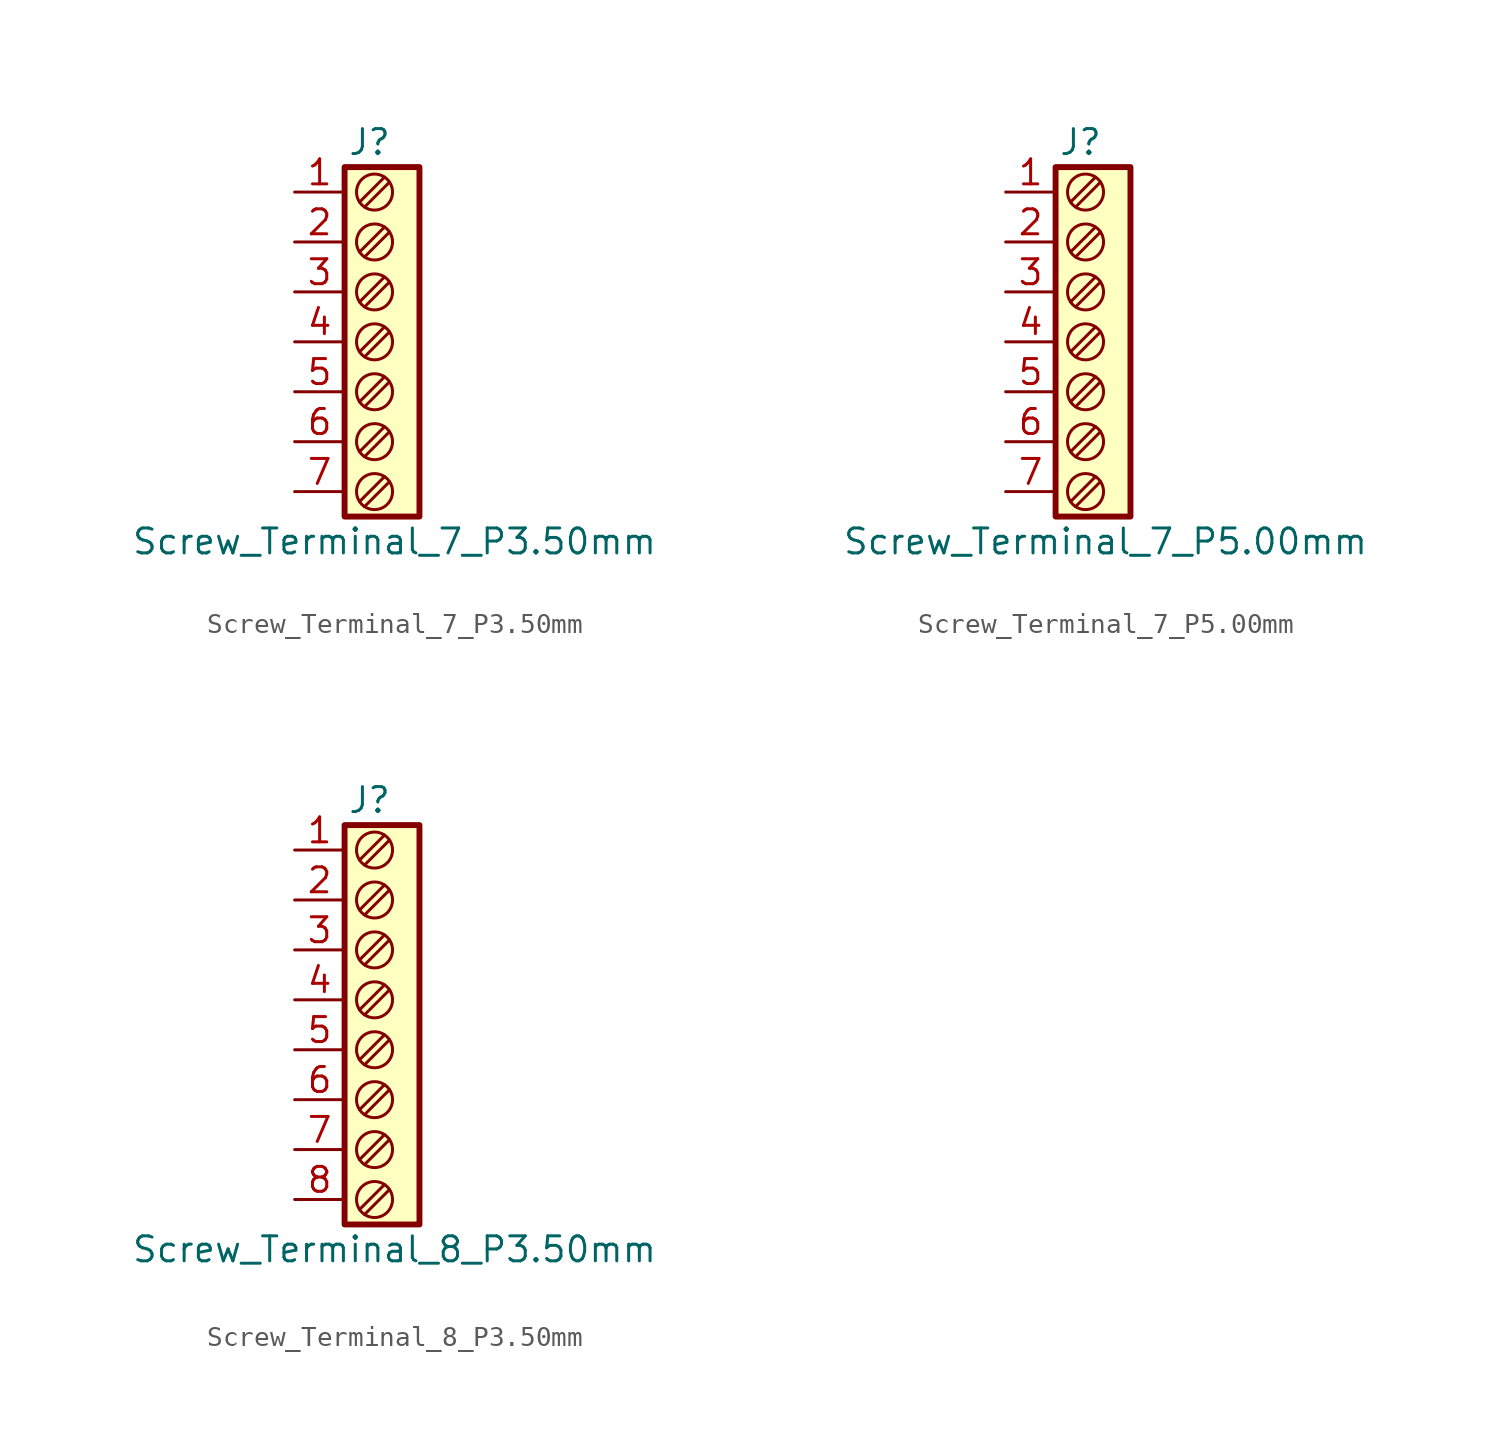
<source format=kicad_sym>
(kicad_symbol_lib
  (version 20211014)
  (generator kicad_symbol_editor)
  (symbol "Screw_Terminal_7_P3.50mm"
    (property "Reference" "J"
      (at 0 10.16 0)
      (effects (font (size 1.27 1.27))))
    (property "Value" "Screw_Terminal_7_P3.50mm"
      (at 1.27 -10.16 0)
      (effects (font (size 1.27 1.27))))
    (symbol "Screw_Terminal_7_P3.50mm_0_1"
      (rectangle (start -1.27 8.89) (end 2.54 -8.89) (stroke (width 0.3) (type default) (color 0 0 0 0)) (fill (type background)))
      (polyline (pts (xy -0.254 -8.382) (xy 1.016 -7.112)) (stroke (width 0) (type default) (color 0 0 0 0)) (fill (type none)))
      (polyline (pts (xy -0.254 -5.842) (xy 1.016 -4.572)) (stroke (width 0) (type default) (color 0 0 0 0)) (fill (type none)))
      (polyline (pts (xy -0.254 -3.302) (xy 1.016 -2.032)) (stroke (width 0) (type default) (color 0 0 0 0)) (fill (type none)))
      (polyline (pts (xy -0.254 -0.762) (xy 1.016 0.508)) (stroke (width 0) (type default) (color 0 0 0 0)) (fill (type none)))
      (polyline (pts (xy -0.254 1.778) (xy 1.016 3.048)) (stroke (width 0) (type default) (color 0 0 0 0)) (fill (type none)))
      (polyline (pts (xy -0.254 4.318) (xy 1.016 5.588)) (stroke (width 0) (type default) (color 0 0 0 0)) (fill (type none)))
      (polyline (pts (xy -0.254 6.858) (xy 1.016 8.128)) (stroke (width 0) (type default) (color 0 0 0 0)) (fill (type none)))
      (polyline (pts (xy 0 -7.62) (xy -0.508 -8.128) (xy 0.762 -6.858)) (stroke (width 0) (type default) (color 0 0 0 0)) (fill (type none)))
      (polyline (pts (xy 0 -5.08) (xy -0.508 -5.588) (xy 0.762 -4.318)) (stroke (width 0) (type default) (color 0 0 0 0)) (fill (type none)))
      (polyline (pts (xy 0 -2.54) (xy -0.508 -3.048) (xy 0.762 -1.778)) (stroke (width 0) (type default) (color 0 0 0 0)) (fill (type none)))
      (polyline (pts (xy 0 0) (xy -0.508 -0.508) (xy 0.762 0.762)) (stroke (width 0) (type default) (color 0 0 0 0)) (fill (type none)))
      (polyline (pts (xy 0 2.54) (xy -0.508 2.032) (xy 0.762 3.302)) (stroke (width 0) (type default) (color 0 0 0 0)) (fill (type none)))
      (polyline (pts (xy 0 5.08) (xy -0.508 4.572) (xy 0.762 5.842)) (stroke (width 0) (type default) (color 0 0 0 0)) (fill (type none)))
      (polyline (pts (xy 0 7.62) (xy -0.508 7.112) (xy 0.762 8.382)) (stroke (width 0) (type default) (color 0 0 0 0)) (fill (type none)))
      (circle (center 0.254 -7.62) (radius 0.916) (stroke (width 0) (type default) (color 0 0 0 0)) (fill (type none)))
      (circle (center 0.254 -5.08) (radius 0.916) (stroke (width 0) (type default) (color 0 0 0 0)) (fill (type none)))
      (circle (center 0.254 -2.54) (radius 0.916) (stroke (width 0) (type default) (color 0 0 0 0)) (fill (type none)))
      (circle (center 0.254 0) (radius 0.916) (stroke (width 0) (type default) (color 0 0 0 0)) (fill (type none)))
      (circle (center 0.254 2.54) (radius 0.916) (stroke (width 0) (type default) (color 0 0 0 0)) (fill (type none)))
      (circle (center 0.254 5.08) (radius 0.916) (stroke (width 0) (type default) (color 0 0 0 0)) (fill (type none)))
      (circle (center 0.254 7.62) (radius 0.916) (stroke (width 0) (type default) (color 0 0 0 0)) (fill (type none))))
    (symbol "Screw_Terminal_7_P3.50mm_1_1"
      (pin passive line (at -3.81 7.62 0) (length 2.54) (name "" (effects (font (size 1.27 1.27)))) (number "1" (effects (font (size 1.27 1.27)))))
      (pin passive line (at -3.81 5.08 0) (length 2.54) (name "" (effects (font (size 1.27 1.27)))) (number "2" (effects (font (size 1.27 1.27)))))
      (pin passive line (at -3.81 2.54 0) (length 2.54) (name "" (effects (font (size 1.27 1.27)))) (number "3" (effects (font (size 1.27 1.27)))))
      (pin passive line (at -3.81 0 0) (length 2.54) (name "" (effects (font (size 1.27 1.27)))) (number "4" (effects (font (size 1.27 1.27)))))
      (pin passive line (at -3.81 -2.54 0) (length 2.54) (name "" (effects (font (size 1.27 1.27)))) (number "5" (effects (font (size 1.27 1.27)))))
      (pin passive line (at -3.81 -5.08 0) (length 2.54) (name "" (effects (font (size 1.27 1.27)))) (number "6" (effects (font (size 1.27 1.27)))))
      (pin passive line (at -3.81 -7.62 0) (length 2.54) (name "" (effects (font (size 1.27 1.27)))) (number "7" (effects (font (size 1.27 1.27)))))))
  (symbol "Screw_Terminal_7_P5.00mm"
    (property "Reference" "J"
      (at 0 10.16 0)
      (effects (font (size 1.27 1.27))))
    (property "Value" "Screw_Terminal_7_P5.00mm"
      (at 1.27 -10.16 0)
      (effects (font (size 1.27 1.27))))
    (symbol "Screw_Terminal_7_P5.00mm_0_1"
      (rectangle (start -1.27 8.89) (end 2.54 -8.89) (stroke (width 0.3) (type default) (color 0 0 0 0)) (fill (type background)))
      (polyline (pts (xy -0.254 -8.382) (xy 1.016 -7.112)) (stroke (width 0) (type default) (color 0 0 0 0)) (fill (type none)))
      (polyline (pts (xy -0.254 -5.842) (xy 1.016 -4.572)) (stroke (width 0) (type default) (color 0 0 0 0)) (fill (type none)))
      (polyline (pts (xy -0.254 -3.302) (xy 1.016 -2.032)) (stroke (width 0) (type default) (color 0 0 0 0)) (fill (type none)))
      (polyline (pts (xy -0.254 -0.762) (xy 1.016 0.508)) (stroke (width 0) (type default) (color 0 0 0 0)) (fill (type none)))
      (polyline (pts (xy -0.254 1.778) (xy 1.016 3.048)) (stroke (width 0) (type default) (color 0 0 0 0)) (fill (type none)))
      (polyline (pts (xy -0.254 4.318) (xy 1.016 5.588)) (stroke (width 0) (type default) (color 0 0 0 0)) (fill (type none)))
      (polyline (pts (xy -0.254 6.858) (xy 1.016 8.128)) (stroke (width 0) (type default) (color 0 0 0 0)) (fill (type none)))
      (polyline (pts (xy 0 -7.62) (xy -0.508 -8.128) (xy 0.762 -6.858)) (stroke (width 0) (type default) (color 0 0 0 0)) (fill (type none)))
      (polyline (pts (xy 0 -5.08) (xy -0.508 -5.588) (xy 0.762 -4.318)) (stroke (width 0) (type default) (color 0 0 0 0)) (fill (type none)))
      (polyline (pts (xy 0 -2.54) (xy -0.508 -3.048) (xy 0.762 -1.778)) (stroke (width 0) (type default) (color 0 0 0 0)) (fill (type none)))
      (polyline (pts (xy 0 0) (xy -0.508 -0.508) (xy 0.762 0.762)) (stroke (width 0) (type default) (color 0 0 0 0)) (fill (type none)))
      (polyline (pts (xy 0 2.54) (xy -0.508 2.032) (xy 0.762 3.302)) (stroke (width 0) (type default) (color 0 0 0 0)) (fill (type none)))
      (polyline (pts (xy 0 5.08) (xy -0.508 4.572) (xy 0.762 5.842)) (stroke (width 0) (type default) (color 0 0 0 0)) (fill (type none)))
      (polyline (pts (xy 0 7.62) (xy -0.508 7.112) (xy 0.762 8.382)) (stroke (width 0) (type default) (color 0 0 0 0)) (fill (type none)))
      (circle (center 0.254 -7.62) (radius 0.916) (stroke (width 0) (type default) (color 0 0 0 0)) (fill (type none)))
      (circle (center 0.254 -5.08) (radius 0.916) (stroke (width 0) (type default) (color 0 0 0 0)) (fill (type none)))
      (circle (center 0.254 -2.54) (radius 0.916) (stroke (width 0) (type default) (color 0 0 0 0)) (fill (type none)))
      (circle (center 0.254 0) (radius 0.916) (stroke (width 0) (type default) (color 0 0 0 0)) (fill (type none)))
      (circle (center 0.254 2.54) (radius 0.916) (stroke (width 0) (type default) (color 0 0 0 0)) (fill (type none)))
      (circle (center 0.254 5.08) (radius 0.916) (stroke (width 0) (type default) (color 0 0 0 0)) (fill (type none)))
      (circle (center 0.254 7.62) (radius 0.916) (stroke (width 0) (type default) (color 0 0 0 0)) (fill (type none))))
    (symbol "Screw_Terminal_7_P5.00mm_1_1"
      (pin passive line (at -3.81 7.62 0) (length 2.54) (name "" (effects (font (size 1.27 1.27)))) (number "1" (effects (font (size 1.27 1.27)))))
      (pin passive line (at -3.81 5.08 0) (length 2.54) (name "" (effects (font (size 1.27 1.27)))) (number "2" (effects (font (size 1.27 1.27)))))
      (pin passive line (at -3.81 2.54 0) (length 2.54) (name "" (effects (font (size 1.27 1.27)))) (number "3" (effects (font (size 1.27 1.27)))))
      (pin passive line (at -3.81 0 0) (length 2.54) (name "" (effects (font (size 1.27 1.27)))) (number "4" (effects (font (size 1.27 1.27)))))
      (pin passive line (at -3.81 -2.54 0) (length 2.54) (name "" (effects (font (size 1.27 1.27)))) (number "5" (effects (font (size 1.27 1.27)))))
      (pin passive line (at -3.81 -5.08 0) (length 2.54) (name "" (effects (font (size 1.27 1.27)))) (number "6" (effects (font (size 1.27 1.27)))))
      (pin passive line (at -3.81 -7.62 0) (length 2.54) (name "" (effects (font (size 1.27 1.27)))) (number "7" (effects (font (size 1.27 1.27)))))))
  (symbol "Screw_Terminal_8_P3.50mm"
    (property "Reference" "J"
      (at 0 11.43 0)
      (effects (font (size 1.27 1.27))))
    (property "Value" "Screw_Terminal_8_P3.50mm"
      (at 1.27 -11.43 0)
      (effects (font (size 1.27 1.27))))
    (symbol "Screw_Terminal_8_P3.50mm_0_1"
      (rectangle (start -1.27 10.16) (end 2.54 -10.16) (stroke (width 0.3) (type default) (color 0 0 0 0)) (fill (type background)))
      (polyline (pts (xy -0.254 -9.652) (xy 1.016 -8.382)) (stroke (width 0) (type default) (color 0 0 0 0)) (fill (type none)))
      (polyline (pts (xy -0.254 -7.112) (xy 1.016 -5.842)) (stroke (width 0) (type default) (color 0 0 0 0)) (fill (type none)))
      (polyline (pts (xy -0.254 -4.572) (xy 1.016 -3.302)) (stroke (width 0) (type default) (color 0 0 0 0)) (fill (type none)))
      (polyline (pts (xy -0.254 -2.032) (xy 1.016 -0.762)) (stroke (width 0) (type default) (color 0 0 0 0)) (fill (type none)))
      (polyline (pts (xy -0.254 0.508) (xy 1.016 1.778)) (stroke (width 0) (type default) (color 0 0 0 0)) (fill (type none)))
      (polyline (pts (xy -0.254 3.048) (xy 1.016 4.318)) (stroke (width 0) (type default) (color 0 0 0 0)) (fill (type none)))
      (polyline (pts (xy -0.254 5.588) (xy 1.016 6.858)) (stroke (width 0) (type default) (color 0 0 0 0)) (fill (type none)))
      (polyline (pts (xy -0.254 8.128) (xy 1.016 9.398)) (stroke (width 0) (type default) (color 0 0 0 0)) (fill (type none)))
      (polyline (pts (xy 0 -8.89) (xy -0.508 -9.398) (xy 0.762 -8.128)) (stroke (width 0) (type default) (color 0 0 0 0)) (fill (type none)))
      (polyline (pts (xy 0 -6.35) (xy -0.508 -6.858) (xy 0.762 -5.588)) (stroke (width 0) (type default) (color 0 0 0 0)) (fill (type none)))
      (polyline (pts (xy 0 -3.81) (xy -0.508 -4.318) (xy 0.762 -3.048)) (stroke (width 0) (type default) (color 0 0 0 0)) (fill (type none)))
      (polyline (pts (xy 0 -1.27) (xy -0.508 -1.778) (xy 0.762 -0.508)) (stroke (width 0) (type default) (color 0 0 0 0)) (fill (type none)))
      (polyline (pts (xy 0 1.27) (xy -0.508 0.762) (xy 0.762 2.032)) (stroke (width 0) (type default) (color 0 0 0 0)) (fill (type none)))
      (polyline (pts (xy 0 3.81) (xy -0.508 3.302) (xy 0.762 4.572)) (stroke (width 0) (type default) (color 0 0 0 0)) (fill (type none)))
      (polyline (pts (xy 0 6.35) (xy -0.508 5.842) (xy 0.762 7.112)) (stroke (width 0) (type default) (color 0 0 0 0)) (fill (type none)))
      (polyline (pts (xy 0 8.89) (xy -0.508 8.382) (xy 0.762 9.652)) (stroke (width 0) (type default) (color 0 0 0 0)) (fill (type none)))
      (circle (center 0.254 -8.89) (radius 0.916) (stroke (width 0) (type default) (color 0 0 0 0)) (fill (type none)))
      (circle (center 0.254 -6.35) (radius 0.916) (stroke (width 0) (type default) (color 0 0 0 0)) (fill (type none)))
      (circle (center 0.254 -3.81) (radius 0.916) (stroke (width 0) (type default) (color 0 0 0 0)) (fill (type none)))
      (circle (center 0.254 -1.27) (radius 0.916) (stroke (width 0) (type default) (color 0 0 0 0)) (fill (type none)))
      (circle (center 0.254 1.27) (radius 0.916) (stroke (width 0) (type default) (color 0 0 0 0)) (fill (type none)))
      (circle (center 0.254 3.81) (radius 0.916) (stroke (width 0) (type default) (color 0 0 0 0)) (fill (type none)))
      (circle (center 0.254 6.35) (radius 0.916) (stroke (width 0) (type default) (color 0 0 0 0)) (fill (type none)))
      (circle (center 0.254 8.89) (radius 0.916) (stroke (width 0) (type default) (color 0 0 0 0)) (fill (type none))))
    (symbol "Screw_Terminal_8_P3.50mm_1_1"
      (pin passive line (at -3.81 8.89 0) (length 2.54) (name "" (effects (font (size 1.27 1.27)))) (number "1" (effects (font (size 1.27 1.27)))))
      (pin passive line (at -3.81 6.35 0) (length 2.54) (name "" (effects (font (size 1.27 1.27)))) (number "2" (effects (font (size 1.27 1.27)))))
      (pin passive line (at -3.81 3.81 0) (length 2.54) (name "" (effects (font (size 1.27 1.27)))) (number "3" (effects (font (size 1.27 1.27)))))
      (pin passive line (at -3.81 1.27 0) (length 2.54) (name "" (effects (font (size 1.27 1.27)))) (number "4" (effects (font (size 1.27 1.27)))))
      (pin passive line (at -3.81 -1.27 0) (length 2.54) (name "" (effects (font (size 1.27 1.27)))) (number "5" (effects (font (size 1.27 1.27)))))
      (pin passive line (at -3.81 -3.81 0) (length 2.54) (name "" (effects (font (size 1.27 1.27)))) (number "6" (effects (font (size 1.27 1.27)))))
      (pin passive line (at -3.81 -6.35 0) (length 2.54) (name "" (effects (font (size 1.27 1.27)))) (number "7" (effects (font (size 1.27 1.27)))))
      (pin passive line (at -3.81 -8.89 0) (length 2.54) (name "" (effects (font (size 1.27 1.27)))) (number "8" (effects (font (size 1.27 1.27))))))))
</source>
